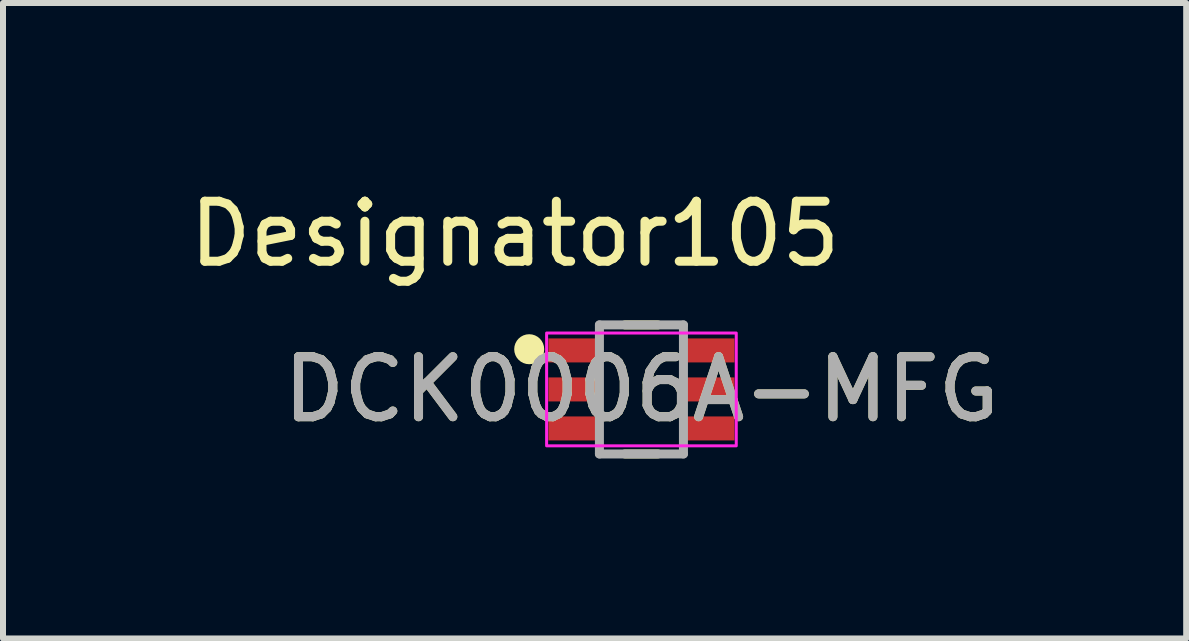
<source format=kicad_pcb>
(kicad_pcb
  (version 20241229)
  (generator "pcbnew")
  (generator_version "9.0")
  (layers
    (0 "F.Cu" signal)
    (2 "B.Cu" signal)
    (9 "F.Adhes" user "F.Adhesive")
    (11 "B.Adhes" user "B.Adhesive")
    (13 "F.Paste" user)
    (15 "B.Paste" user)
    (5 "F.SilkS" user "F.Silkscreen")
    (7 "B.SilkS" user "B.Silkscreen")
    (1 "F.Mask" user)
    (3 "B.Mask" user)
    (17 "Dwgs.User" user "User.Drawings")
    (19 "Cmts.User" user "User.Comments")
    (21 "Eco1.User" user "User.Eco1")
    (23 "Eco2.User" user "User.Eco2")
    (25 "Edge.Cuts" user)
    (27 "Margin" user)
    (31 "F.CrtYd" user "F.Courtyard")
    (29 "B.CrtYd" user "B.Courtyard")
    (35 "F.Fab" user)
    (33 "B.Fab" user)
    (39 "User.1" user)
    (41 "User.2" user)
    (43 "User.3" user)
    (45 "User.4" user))
  (footprint "DCK0006A-MFG"
    (layer "F.Cu")
    (at 7.638 3.439)
    (property "Reference" "DCK0006A-MFG" (at 0 0 0) (unlocked yes) (layer "F.SilkS") (effects (font (size 1 1) (thickness 0.15))))
    (attr smd)
    (fp_line (start -0.275 -1.075) (end 0.275 -1.075) (stroke (width 0.15) (type solid)) (layer "F.SilkS"))
    (fp_line (start -0.275 1.075) (end 0.275 1.075) (stroke (width 0.15) (type solid)) (layer "F.SilkS"))
    (fp_circle (center -1.87 -0.67) (end -1.745 -0.67) (stroke (width 0.25) (type solid)) (fill no) (layer "F.SilkS"))
    (fp_poly (pts (xy -1.475 0.475) (xy -0.725 0.475) (xy -0.675 0.525) (xy -0.675 0.775) (xy -0.725 0.825) (xy -1.475 0.825) (xy -1.525 0.775) (xy -1.525 0.525)) (stroke (width 0) (type solid)) (fill yes) (layer "F.Paste"))
    (fp_poly (pts (xy -0.675 -0.525) (xy -0.725 -0.475) (xy -1.475 -0.475) (xy -1.525 -0.525) (xy -1.525 -0.775) (xy -1.475 -0.825) (xy -0.725 -0.825) (xy -0.675 -0.775)) (stroke (width 0) (type solid)) (fill yes) (layer "F.Paste"))
    (fp_poly (pts (xy -0.675 -0.125) (xy -0.675 0.125) (xy -0.725 0.175) (xy -1.475 0.175) (xy -1.525 0.125) (xy -1.525 -0.125) (xy -1.475 -0.175) (xy -0.725 -0.175)) (stroke (width 0) (type solid)) (fill yes) (layer "F.Paste"))
    (fp_poly (pts (xy 0.725 -0.175) (xy 1.475 -0.175) (xy 1.525 -0.125) (xy 1.525 0.125) (xy 1.475 0.175) (xy 0.725 0.175) (xy 0.675 0.125) (xy 0.675 -0.125)) (stroke (width 0) (type solid)) (fill yes) (layer "F.Paste"))
    (fp_poly (pts (xy 1.475 -0.475) (xy 0.725 -0.475) (xy 0.675 -0.525) (xy 0.675 -0.775) (xy 0.725 -0.825) (xy 1.475 -0.825) (xy 1.525 -0.775) (xy 1.525 -0.525)) (stroke (width 0) (type solid)) (fill yes) (layer "F.Paste"))
    (fp_poly (pts (xy 1.475 0.475) (xy 1.525 0.525) (xy 1.525 0.775) (xy 1.475 0.825) (xy 0.725 0.825) (xy 0.675 0.775) (xy 0.675 0.525) (xy 0.725 0.475)) (stroke (width 0) (type solid)) (fill yes) (layer "F.Paste"))
    (fp_rect (start -1.58 -0.94) (end 1.58 0.94) (stroke (width 0.05) (type default)) (fill no) (layer "F.CrtYd"))
    (fp_line (start -0.7 -1.075) (end 0.7 -1.075) (stroke (width 0.15) (type solid)) (layer "F.Fab"))
    (fp_line (start -0.7 1.075) (end -0.7 -1.075) (stroke (width 0.15) (type solid)) (layer "F.Fab"))
    (fp_line (start -0.7 1.075) (end 0.7 1.075) (stroke (width 0.15) (type solid)) (layer "F.Fab"))
    (fp_line (start 0.7 1.075) (end 0.7 -1.075) (stroke (width 0.15) (type solid)) (layer "F.Fab"))
    (fp_text user "Designator105" (at -2.108 -2.591 0) (unlocked yes) (layer "F.SilkS") (effects (font (size 1 1) (thickness 0.15))))
    (fp_text user "${REFERENCE}" (at 0 0 0) (unlocked yes) (layer "F.Fab") (effects (font (size 1 1) (thickness 0.15))))
    (pad "1" smd rect (at -1.1 -0.65) (size 0.9 0.4) (layers "F.Cu" "F.Mask"))
    (pad "2" smd rect (at -1.1 0) (size 0.9 0.4) (layers "F.Cu" "F.Mask"))
    (pad "3" smd rect (at -1.1 0.65) (size 0.9 0.4) (layers "F.Cu" "F.Mask"))
    (pad "4" smd rect (at 1.1 0.65) (size 0.9 0.4) (layers "F.Cu" "F.Mask"))
    (pad "5" smd rect (at 1.1 0) (size 0.9 0.4) (layers "F.Cu" "F.Mask"))
    (pad "6" smd rect (at 1.1 -0.65) (size 0.9 0.4) (layers "F.Cu" "F.Mask")))
  (gr_rect
    (start -3 -3)
    (end 16.715 7.589)
    (stroke (width 0.1) (type default))
    (fill no)
    (layer "Edge.Cuts")))
</source>
